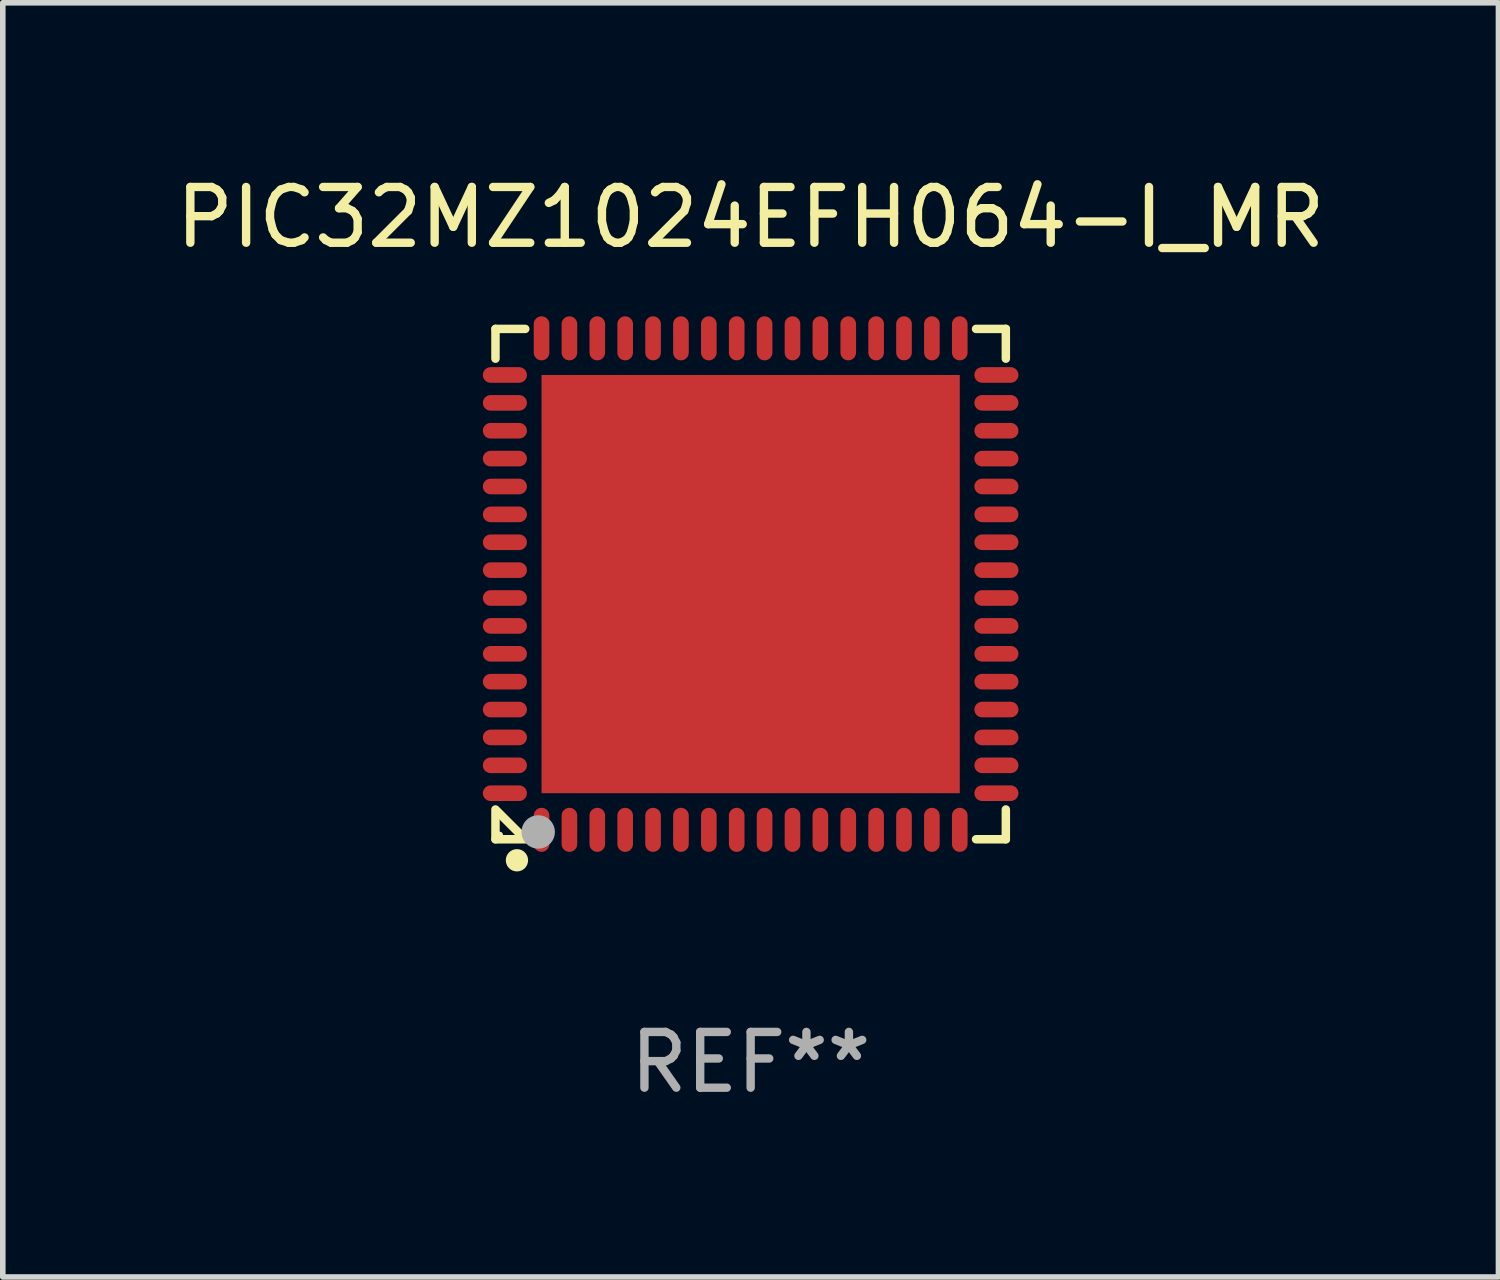
<source format=kicad_pcb>
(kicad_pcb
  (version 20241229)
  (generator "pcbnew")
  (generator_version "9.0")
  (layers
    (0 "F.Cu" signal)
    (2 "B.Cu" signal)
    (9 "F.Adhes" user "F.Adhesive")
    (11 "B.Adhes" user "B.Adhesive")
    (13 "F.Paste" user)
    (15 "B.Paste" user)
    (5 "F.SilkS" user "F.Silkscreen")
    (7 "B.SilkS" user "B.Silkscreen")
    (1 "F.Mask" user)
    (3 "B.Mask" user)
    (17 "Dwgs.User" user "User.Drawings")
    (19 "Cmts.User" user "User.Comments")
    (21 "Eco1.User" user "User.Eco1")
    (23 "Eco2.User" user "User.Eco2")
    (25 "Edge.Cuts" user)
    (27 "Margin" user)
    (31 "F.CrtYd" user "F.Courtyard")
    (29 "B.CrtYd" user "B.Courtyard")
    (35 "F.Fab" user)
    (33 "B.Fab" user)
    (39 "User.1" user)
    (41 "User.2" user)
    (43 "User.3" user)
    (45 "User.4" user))
  (footprint "PIC32MZ1024EFH064-I_MR"
    (layer "F.Cu")
    (at 10.411 7.424)
    (property "Reference" "PIC32MZ1024EFH064-I_MR" (at 0 -6.576 0) (layer "F.SilkS") (effects (font (size 1 1) (thickness 0.15))))
    (attr through_hole)
    (fp_line (start -4.576 -4.576) (end -4.576 -4.042) (stroke (width 0.152) (type solid)) (layer "F.SilkS"))
    (fp_line (start -4.576 4.576) (end -4.576 4.042) (stroke (width 0.152) (type solid)) (layer "F.SilkS"))
    (fp_line (start -4.069 4.549) (end -4.549 4.069) (stroke (width 0.152) (type solid)) (layer "F.SilkS"))
    (fp_line (start -4.042 -4.576) (end -4.576 -4.576) (stroke (width 0.152) (type solid)) (layer "F.SilkS"))
    (fp_line (start -4.042 4.576) (end -4.576 4.576) (stroke (width 0.152) (type solid)) (layer "F.SilkS"))
    (fp_line (start 4.042 -4.576) (end 4.576 -4.576) (stroke (width 0.152) (type solid)) (layer "F.SilkS"))
    (fp_line (start 4.042 4.576) (end 4.576 4.576) (stroke (width 0.152) (type solid)) (layer "F.SilkS"))
    (fp_line (start 4.576 -4.576) (end 4.576 -4.042) (stroke (width 0.152) (type solid)) (layer "F.SilkS"))
    (fp_line (start 4.576 4.576) (end 4.576 4.042) (stroke (width 0.152) (type solid)) (layer "F.SilkS"))
    (fp_circle (center -4.5 4.5) (end -4.47 4.5) (stroke (width 0.06) (type solid)) (fill no) (layer "F.SilkS"))
    (fp_circle (center -4.191 4.953) (end -4.091 4.953) (stroke (width 0.2) (type solid)) (fill no) (layer "F.SilkS"))
    (fp_circle (center -3.81 4.445) (end -3.66 4.445) (stroke (width 0.3) (type solid)) (fill no) (layer "F.Fab"))
    (fp_text user "REF**" (at 0 8.576 0) (layer "F.Fab") (effects (font (size 1 1) (thickness 0.15))))
    (pad "1" smd oval (at -3.75 4.407) (size 0.28 0.79) (layers "F.Cu" "F.Mask" "F.Paste"))
    (pad "2" smd oval (at -3.25 4.407) (size 0.28 0.79) (layers "F.Cu" "F.Mask" "F.Paste"))
    (pad "3" smd oval (at -2.75 4.407) (size 0.28 0.79) (layers "F.Cu" "F.Mask" "F.Paste"))
    (pad "4" smd oval (at -2.25 4.407) (size 0.28 0.79) (layers "F.Cu" "F.Mask" "F.Paste"))
    (pad "5" smd oval (at -1.75 4.407) (size 0.28 0.79) (layers "F.Cu" "F.Mask" "F.Paste"))
    (pad "6" smd oval (at -1.25 4.407) (size 0.28 0.79) (layers "F.Cu" "F.Mask" "F.Paste"))
    (pad "7" smd oval (at -0.75 4.407) (size 0.28 0.79) (layers "F.Cu" "F.Mask" "F.Paste"))
    (pad "8" smd oval (at -0.25 4.407) (size 0.28 0.79) (layers "F.Cu" "F.Mask" "F.Paste"))
    (pad "9" smd oval (at 0.25 4.407) (size 0.28 0.79) (layers "F.Cu" "F.Mask" "F.Paste"))
    (pad "10" smd oval (at 0.75 4.407) (size 0.28 0.79) (layers "F.Cu" "F.Mask" "F.Paste"))
    (pad "11" smd oval (at 1.25 4.407) (size 0.28 0.79) (layers "F.Cu" "F.Mask" "F.Paste"))
    (pad "12" smd oval (at 1.75 4.407) (size 0.28 0.79) (layers "F.Cu" "F.Mask" "F.Paste"))
    (pad "13" smd oval (at 2.25 4.407) (size 0.28 0.79) (layers "F.Cu" "F.Mask" "F.Paste"))
    (pad "14" smd oval (at 2.75 4.407) (size 0.28 0.79) (layers "F.Cu" "F.Mask" "F.Paste"))
    (pad "15" smd oval (at 3.25 4.407) (size 0.28 0.79) (layers "F.Cu" "F.Mask" "F.Paste"))
    (pad "16" smd oval (at 3.75 4.407) (size 0.28 0.79) (layers "F.Cu" "F.Mask" "F.Paste"))
    (pad "17" smd oval (at 4.407 3.75) (size 0.79 0.28) (layers "F.Cu" "F.Mask" "F.Paste"))
    (pad "18" smd oval (at 4.407 3.25) (size 0.79 0.28) (layers "F.Cu" "F.Mask" "F.Paste"))
    (pad "19" smd oval (at 4.407 2.75) (size 0.79 0.28) (layers "F.Cu" "F.Mask" "F.Paste"))
    (pad "20" smd oval (at 4.407 2.25) (size 0.79 0.28) (layers "F.Cu" "F.Mask" "F.Paste"))
    (pad "21" smd oval (at 4.407 1.75) (size 0.79 0.28) (layers "F.Cu" "F.Mask" "F.Paste"))
    (pad "22" smd oval (at 4.407 1.25) (size 0.79 0.28) (layers "F.Cu" "F.Mask" "F.Paste"))
    (pad "23" smd oval (at 4.407 0.75) (size 0.79 0.28) (layers "F.Cu" "F.Mask" "F.Paste"))
    (pad "24" smd oval (at 4.407 0.25) (size 0.79 0.28) (layers "F.Cu" "F.Mask" "F.Paste"))
    (pad "25" smd oval (at 4.407 -0.25) (size 0.79 0.28) (layers "F.Cu" "F.Mask" "F.Paste"))
    (pad "26" smd oval (at 4.407 -0.75) (size 0.79 0.28) (layers "F.Cu" "F.Mask" "F.Paste"))
    (pad "27" smd oval (at 4.407 -1.25) (size 0.79 0.28) (layers "F.Cu" "F.Mask" "F.Paste"))
    (pad "28" smd oval (at 4.407 -1.75) (size 0.79 0.28) (layers "F.Cu" "F.Mask" "F.Paste"))
    (pad "29" smd oval (at 4.407 -2.25) (size 0.79 0.28) (layers "F.Cu" "F.Mask" "F.Paste"))
    (pad "30" smd oval (at 4.407 -2.75) (size 0.79 0.28) (layers "F.Cu" "F.Mask" "F.Paste"))
    (pad "31" smd oval (at 4.407 -3.25) (size 0.79 0.28) (layers "F.Cu" "F.Mask" "F.Paste"))
    (pad "32" smd oval (at 4.407 -3.75) (size 0.79 0.28) (layers "F.Cu" "F.Mask" "F.Paste"))
    (pad "33" smd oval (at 3.75 -4.407) (size 0.28 0.79) (layers "F.Cu" "F.Mask" "F.Paste"))
    (pad "34" smd oval (at 3.25 -4.407) (size 0.28 0.79) (layers "F.Cu" "F.Mask" "F.Paste"))
    (pad "35" smd oval (at 2.75 -4.407) (size 0.28 0.79) (layers "F.Cu" "F.Mask" "F.Paste"))
    (pad "36" smd oval (at 2.25 -4.407) (size 0.28 0.79) (layers "F.Cu" "F.Mask" "F.Paste"))
    (pad "37" smd oval (at 1.75 -4.407) (size 0.28 0.79) (layers "F.Cu" "F.Mask" "F.Paste"))
    (pad "38" smd oval (at 1.25 -4.407) (size 0.28 0.79) (layers "F.Cu" "F.Mask" "F.Paste"))
    (pad "39" smd oval (at 0.75 -4.407) (size 0.28 0.79) (layers "F.Cu" "F.Mask" "F.Paste"))
    (pad "40" smd oval (at 0.25 -4.407) (size 0.28 0.79) (layers "F.Cu" "F.Mask" "F.Paste"))
    (pad "41" smd oval (at -0.25 -4.407) (size 0.28 0.79) (layers "F.Cu" "F.Mask" "F.Paste"))
    (pad "42" smd oval (at -0.75 -4.407) (size 0.28 0.79) (layers "F.Cu" "F.Mask" "F.Paste"))
    (pad "43" smd oval (at -1.25 -4.407) (size 0.28 0.79) (layers "F.Cu" "F.Mask" "F.Paste"))
    (pad "44" smd oval (at -1.75 -4.407) (size 0.28 0.79) (layers "F.Cu" "F.Mask" "F.Paste"))
    (pad "45" smd oval (at -2.25 -4.407) (size 0.28 0.79) (layers "F.Cu" "F.Mask" "F.Paste"))
    (pad "46" smd oval (at -2.75 -4.407) (size 0.28 0.79) (layers "F.Cu" "F.Mask" "F.Paste"))
    (pad "47" smd oval (at -3.25 -4.407) (size 0.28 0.79) (layers "F.Cu" "F.Mask" "F.Paste"))
    (pad "48" smd oval (at -3.75 -4.407) (size 0.28 0.79) (layers "F.Cu" "F.Mask" "F.Paste"))
    (pad "49" smd oval (at -4.407 -3.75) (size 0.79 0.28) (layers "F.Cu" "F.Mask" "F.Paste"))
    (pad "50" smd oval (at -4.407 -3.25) (size 0.79 0.28) (layers "F.Cu" "F.Mask" "F.Paste"))
    (pad "51" smd oval (at -4.407 -2.75) (size 0.79 0.28) (layers "F.Cu" "F.Mask" "F.Paste"))
    (pad "52" smd oval (at -4.407 -2.25) (size 0.79 0.28) (layers "F.Cu" "F.Mask" "F.Paste"))
    (pad "53" smd oval (at -4.407 -1.75) (size 0.79 0.28) (layers "F.Cu" "F.Mask" "F.Paste"))
    (pad "54" smd oval (at -4.407 -1.25) (size 0.79 0.28) (layers "F.Cu" "F.Mask" "F.Paste"))
    (pad "55" smd oval (at -4.407 -0.75) (size 0.79 0.28) (layers "F.Cu" "F.Mask" "F.Paste"))
    (pad "56" smd oval (at -4.407 -0.25) (size 0.79 0.28) (layers "F.Cu" "F.Mask" "F.Paste"))
    (pad "57" smd oval (at -4.407 0.25) (size 0.79 0.28) (layers "F.Cu" "F.Mask" "F.Paste"))
    (pad "58" smd oval (at -4.407 0.75) (size 0.79 0.28) (layers "F.Cu" "F.Mask" "F.Paste"))
    (pad "59" smd oval (at -4.407 1.25) (size 0.79 0.28) (layers "F.Cu" "F.Mask" "F.Paste"))
    (pad "60" smd oval (at -4.407 1.75) (size 0.79 0.28) (layers "F.Cu" "F.Mask" "F.Paste"))
    (pad "61" smd oval (at -4.407 2.25) (size 0.79 0.28) (layers "F.Cu" "F.Mask" "F.Paste"))
    (pad "62" smd oval (at -4.407 2.75) (size 0.79 0.28) (layers "F.Cu" "F.Mask" "F.Paste"))
    (pad "63" smd oval (at -4.407 3.25) (size 0.79 0.28) (layers "F.Cu" "F.Mask" "F.Paste"))
    (pad "64" smd oval (at -4.407 3.75) (size 0.79 0.28) (layers "F.Cu" "F.Mask" "F.Paste"))
    (pad "65" smd rect (at 0 0) (size 7.5 7.5) (layers "F.Cu" "F.Mask" "F.Paste")))
  (gr_rect
    (start -3 -3)
    (end 23.821 19.849)
    (stroke (width 0.1) (type default))
    (fill no)
    (layer "Edge.Cuts")))
</source>
